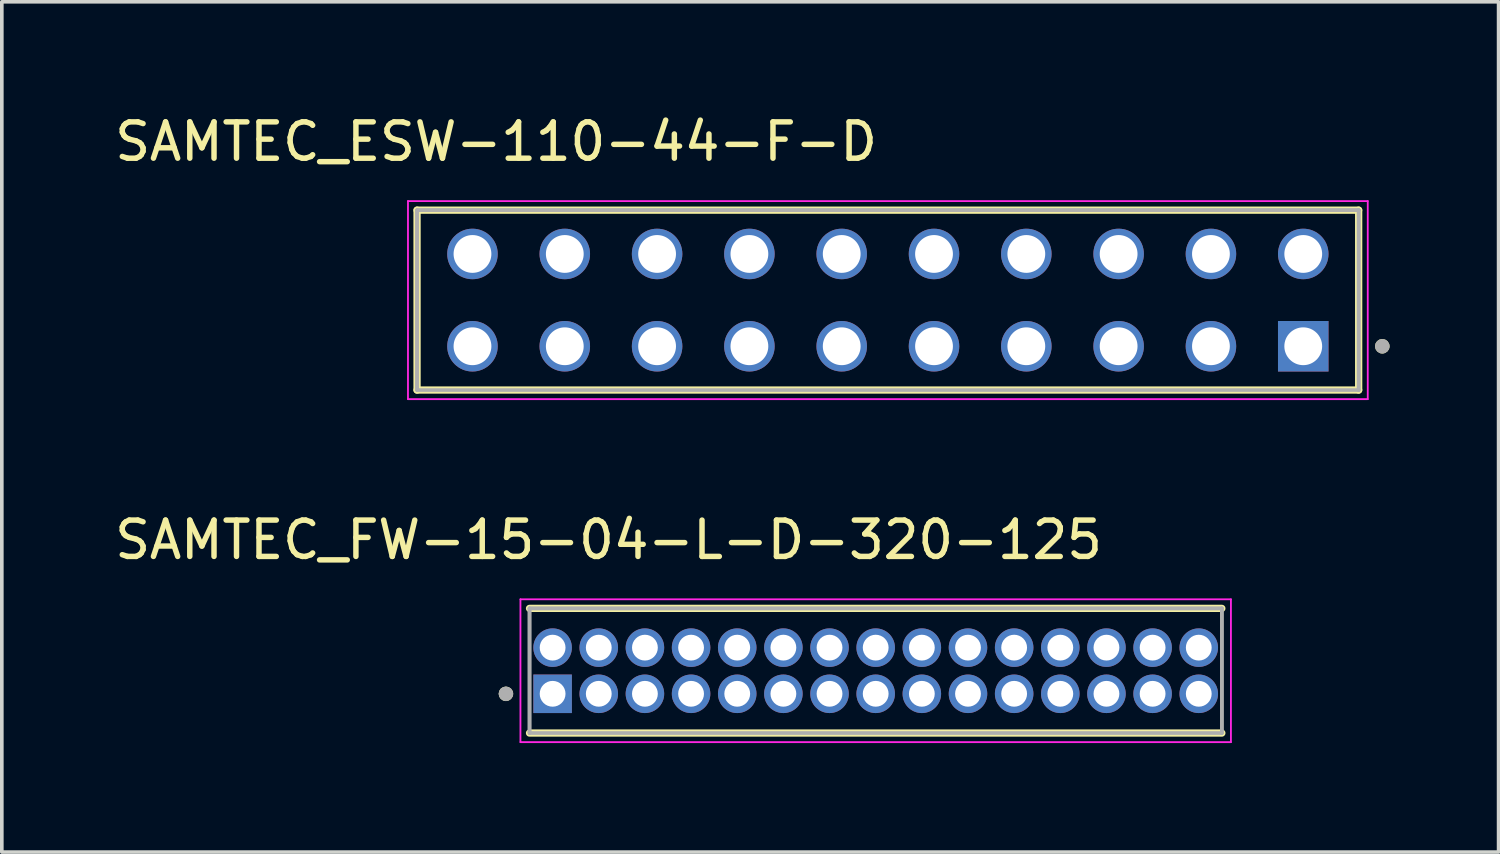
<source format=kicad_pcb>
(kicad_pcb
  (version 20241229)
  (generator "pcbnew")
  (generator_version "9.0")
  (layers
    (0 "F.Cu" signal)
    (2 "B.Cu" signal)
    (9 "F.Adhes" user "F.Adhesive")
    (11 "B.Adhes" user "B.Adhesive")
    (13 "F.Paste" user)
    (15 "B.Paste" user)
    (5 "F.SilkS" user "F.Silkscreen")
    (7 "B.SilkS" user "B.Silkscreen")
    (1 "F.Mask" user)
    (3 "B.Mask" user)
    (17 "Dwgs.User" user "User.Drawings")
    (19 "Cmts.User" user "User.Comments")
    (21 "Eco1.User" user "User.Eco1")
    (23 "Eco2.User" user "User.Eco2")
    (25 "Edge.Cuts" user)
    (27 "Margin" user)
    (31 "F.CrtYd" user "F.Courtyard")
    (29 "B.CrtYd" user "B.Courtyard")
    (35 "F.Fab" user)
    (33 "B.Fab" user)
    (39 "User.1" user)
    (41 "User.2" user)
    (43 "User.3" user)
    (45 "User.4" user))
  (footprint "SAMTEC_ESW-110-44-F-D"
    (layer "F.Cu")
    (at 21.381 5.208)
    (property "Reference" "SAMTEC_ESW-110-44-F-D" (at -10.78 -4.36 0) (layer "F.SilkS") (effects (font (size 1 1) (thickness 0.15))))
    (attr through_hole)
    (fp_line (start -12.955 2.475) (end -12.955 -2.475) (stroke (width 0.2) (type solid)) (layer "F.SilkS"))
    (fp_line (start 12.955 -2.475) (end -12.955 -2.475) (stroke (width 0.2) (type solid)) (layer "F.SilkS"))
    (fp_line (start 12.955 -2.475) (end 12.955 2.475) (stroke (width 0.2) (type solid)) (layer "F.SilkS"))
    (fp_line (start 12.955 2.475) (end -12.955 2.475) (stroke (width 0.2) (type solid)) (layer "F.SilkS"))
    (fp_circle (center 13.605 1.27) (end 13.705 1.27) (stroke (width 0.2) (type solid)) (fill no) (layer "F.SilkS"))
    (fp_line (start -13.205 -2.725) (end 13.205 -2.725) (stroke (width 0.05) (type solid)) (layer "F.CrtYd"))
    (fp_line (start -13.205 2.725) (end -13.205 -2.725) (stroke (width 0.05) (type solid)) (layer "F.CrtYd"))
    (fp_line (start 13.205 -2.725) (end 13.205 2.725) (stroke (width 0.05) (type solid)) (layer "F.CrtYd"))
    (fp_line (start 13.205 2.725) (end -13.205 2.725) (stroke (width 0.05) (type solid)) (layer "F.CrtYd"))
    (fp_line (start -12.955 -2.475) (end 12.955 -2.475) (stroke (width 0.1) (type solid)) (layer "F.Fab"))
    (fp_line (start -12.955 -2.475) (end 12.955 -2.475) (stroke (width 0.1) (type solid)) (layer "F.Fab"))
    (fp_line (start -12.955 2.475) (end -12.955 -2.475) (stroke (width 0.1) (type solid)) (layer "F.Fab"))
    (fp_line (start -12.955 2.475) (end -12.955 -2.475) (stroke (width 0.1) (type solid)) (layer "F.Fab"))
    (fp_line (start 12.955 -2.475) (end 12.955 2.475) (stroke (width 0.1) (type solid)) (layer "F.Fab"))
    (fp_line (start 12.955 -2.475) (end 12.955 2.475) (stroke (width 0.1) (type solid)) (layer "F.Fab"))
    (fp_line (start 12.955 2.475) (end -12.955 2.475) (stroke (width 0.1) (type solid)) (layer "F.Fab"))
    (fp_circle (center 13.605 1.27) (end 13.705 1.27) (stroke (width 0.2) (type solid)) (fill no) (layer "F.Fab"))
    (pad "1" thru_hole rect (at 11.43 1.27) (size 1.39 1.39) (drill 1.04) (layers "*.Cu" "*.Mask") (remove_unused_layers yes) (keep_end_layers yes) (zone_layer_connections))
    (pad "2" thru_hole circle (at 8.89 1.27) (size 1.39 1.39) (drill 1.04) (layers "*.Cu" "*.Mask") (remove_unused_layers yes) (keep_end_layers yes) (zone_layer_connections))
    (pad "3" thru_hole circle (at 6.35 1.27) (size 1.39 1.39) (drill 1.04) (layers "*.Cu" "*.Mask") (remove_unused_layers yes) (keep_end_layers yes) (zone_layer_connections))
    (pad "4" thru_hole circle (at 3.81 1.27) (size 1.39 1.39) (drill 1.04) (layers "*.Cu" "*.Mask") (remove_unused_layers yes) (keep_end_layers yes) (zone_layer_connections))
    (pad "5" thru_hole circle (at 1.27 1.27) (size 1.39 1.39) (drill 1.04) (layers "*.Cu" "*.Mask") (remove_unused_layers yes) (keep_end_layers yes) (zone_layer_connections))
    (pad "6" thru_hole circle (at -1.27 1.27) (size 1.39 1.39) (drill 1.04) (layers "*.Cu" "*.Mask") (remove_unused_layers yes) (keep_end_layers yes) (zone_layer_connections))
    (pad "7" thru_hole circle (at -3.81 1.27) (size 1.39 1.39) (drill 1.04) (layers "*.Cu" "*.Mask") (remove_unused_layers yes) (keep_end_layers yes) (zone_layer_connections))
    (pad "8" thru_hole circle (at -6.35 1.27) (size 1.39 1.39) (drill 1.04) (layers "*.Cu" "*.Mask") (remove_unused_layers yes) (keep_end_layers yes) (zone_layer_connections))
    (pad "9" thru_hole circle (at -8.89 1.27) (size 1.39 1.39) (drill 1.04) (layers "*.Cu" "*.Mask") (remove_unused_layers yes) (keep_end_layers yes) (zone_layer_connections))
    (pad "10" thru_hole circle (at -11.43 1.27) (size 1.39 1.39) (drill 1.04) (layers "*.Cu" "*.Mask") (remove_unused_layers yes) (keep_end_layers yes) (zone_layer_connections))
    (pad "11" thru_hole circle (at 11.43 -1.27) (size 1.39 1.39) (drill 1.04) (layers "*.Cu" "*.Mask") (remove_unused_layers yes) (keep_end_layers yes) (zone_layer_connections))
    (pad "12" thru_hole circle (at 8.89 -1.27) (size 1.39 1.39) (drill 1.04) (layers "*.Cu" "*.Mask") (remove_unused_layers yes) (keep_end_layers yes) (zone_layer_connections))
    (pad "13" thru_hole circle (at 6.35 -1.27) (size 1.39 1.39) (drill 1.04) (layers "*.Cu" "*.Mask") (remove_unused_layers yes) (keep_end_layers yes) (zone_layer_connections))
    (pad "14" thru_hole circle (at 3.81 -1.27) (size 1.39 1.39) (drill 1.04) (layers "*.Cu" "*.Mask") (remove_unused_layers yes) (keep_end_layers yes) (zone_layer_connections))
    (pad "15" thru_hole circle (at 1.27 -1.27) (size 1.39 1.39) (drill 1.04) (layers "*.Cu" "*.Mask") (remove_unused_layers yes) (keep_end_layers yes) (zone_layer_connections))
    (pad "16" thru_hole circle (at -1.27 -1.27) (size 1.39 1.39) (drill 1.04) (layers "*.Cu" "*.Mask") (remove_unused_layers yes) (keep_end_layers yes) (zone_layer_connections))
    (pad "17" thru_hole circle (at -3.81 -1.27) (size 1.39 1.39) (drill 1.04) (layers "*.Cu" "*.Mask") (remove_unused_layers yes) (keep_end_layers yes) (zone_layer_connections))
    (pad "18" thru_hole circle (at -6.35 -1.27) (size 1.39 1.39) (drill 1.04) (layers "*.Cu" "*.Mask") (remove_unused_layers yes) (keep_end_layers yes) (zone_layer_connections))
    (pad "19" thru_hole circle (at -8.89 -1.27) (size 1.39 1.39) (drill 1.04) (layers "*.Cu" "*.Mask") (remove_unused_layers yes) (keep_end_layers yes) (zone_layer_connections))
    (pad "20" thru_hole circle (at -11.43 -1.27) (size 1.39 1.39) (drill 1.04) (layers "*.Cu" "*.Mask") (remove_unused_layers yes) (keep_end_layers yes) (zone_layer_connections)))
  (footprint "SAMTEC_FW-15-04-L-D-320-125"
    (layer "F.Cu")
    (at 21.046 15.406)
    (property "Reference" "SAMTEC_FW-15-04-L-D-320-125" (at -7.35 -3.6 0) (layer "F.SilkS") (effects (font (size 1 1) (thickness 0.15))))
    (attr through_hole)
    (fp_line (start 9.525 -1.715) (end -9.525 -1.715) (stroke (width 0.2) (type solid)) (layer "F.SilkS"))
    (fp_line (start 9.525 1.715) (end -9.525 1.715) (stroke (width 0.2) (type solid)) (layer "F.SilkS"))
    (fp_circle (center -10.175 0.635) (end -10.075 0.635) (stroke (width 0.2) (type solid)) (fill no) (layer "F.SilkS"))
    (fp_line (start -9.775 -1.965) (end 9.775 -1.965) (stroke (width 0.05) (type solid)) (layer "F.CrtYd"))
    (fp_line (start -9.775 1.965) (end -9.775 -1.965) (stroke (width 0.05) (type solid)) (layer "F.CrtYd"))
    (fp_line (start 9.775 -1.965) (end 9.775 1.965) (stroke (width 0.05) (type solid)) (layer "F.CrtYd"))
    (fp_line (start 9.775 1.965) (end -9.775 1.965) (stroke (width 0.05) (type solid)) (layer "F.CrtYd"))
    (fp_line (start -9.525 -1.715) (end 9.525 -1.715) (stroke (width 0.1) (type solid)) (layer "F.Fab"))
    (fp_line (start -9.525 -1.715) (end 9.525 -1.715) (stroke (width 0.1) (type solid)) (layer "F.Fab"))
    (fp_line (start -9.525 1.715) (end -9.525 -1.715) (stroke (width 0.1) (type solid)) (layer "F.Fab"))
    (fp_line (start -9.525 1.715) (end -9.525 -1.715) (stroke (width 0.1) (type solid)) (layer "F.Fab"))
    (fp_line (start 9.525 -1.715) (end 9.525 1.715) (stroke (width 0.1) (type solid)) (layer "F.Fab"))
    (fp_line (start 9.525 -1.715) (end 9.525 1.715) (stroke (width 0.1) (type solid)) (layer "F.Fab"))
    (fp_line (start 9.525 1.715) (end -9.525 1.715) (stroke (width 0.1) (type solid)) (layer "F.Fab"))
    (fp_circle (center -10.175 0.635) (end -10.075 0.635) (stroke (width 0.2) (type solid)) (fill no) (layer "F.Fab"))
    (pad "01" thru_hole rect (at -8.89 0.635) (size 1.06 1.06) (drill 0.71) (layers "*.Cu" "*.Mask"))
    (pad "02" thru_hole circle (at -8.89 -0.635) (size 1.06 1.06) (drill 0.71) (layers "*.Cu" "*.Mask"))
    (pad "03" thru_hole circle (at -7.62 0.635) (size 1.06 1.06) (drill 0.71) (layers "*.Cu" "*.Mask"))
    (pad "04" thru_hole circle (at -7.62 -0.635) (size 1.06 1.06) (drill 0.71) (layers "*.Cu" "*.Mask"))
    (pad "05" thru_hole circle (at -6.35 0.635) (size 1.06 1.06) (drill 0.71) (layers "*.Cu" "*.Mask"))
    (pad "06" thru_hole circle (at -6.35 -0.635) (size 1.06 1.06) (drill 0.71) (layers "*.Cu" "*.Mask"))
    (pad "07" thru_hole circle (at -5.08 0.635) (size 1.06 1.06) (drill 0.71) (layers "*.Cu" "*.Mask"))
    (pad "08" thru_hole circle (at -5.08 -0.635) (size 1.06 1.06) (drill 0.71) (layers "*.Cu" "*.Mask"))
    (pad "09" thru_hole circle (at -3.81 0.635) (size 1.06 1.06) (drill 0.71) (layers "*.Cu" "*.Mask"))
    (pad "10" thru_hole circle (at -3.81 -0.635) (size 1.06 1.06) (drill 0.71) (layers "*.Cu" "*.Mask"))
    (pad "11" thru_hole circle (at -2.54 0.635) (size 1.06 1.06) (drill 0.71) (layers "*.Cu" "*.Mask"))
    (pad "12" thru_hole circle (at -2.54 -0.635) (size 1.06 1.06) (drill 0.71) (layers "*.Cu" "*.Mask"))
    (pad "13" thru_hole circle (at -1.27 0.635) (size 1.06 1.06) (drill 0.71) (layers "*.Cu" "*.Mask"))
    (pad "14" thru_hole circle (at -1.27 -0.635) (size 1.06 1.06) (drill 0.71) (layers "*.Cu" "*.Mask"))
    (pad "15" thru_hole circle (at 0 0.635) (size 1.06 1.06) (drill 0.71) (layers "*.Cu" "*.Mask"))
    (pad "16" thru_hole circle (at 0 -0.635) (size 1.06 1.06) (drill 0.71) (layers "*.Cu" "*.Mask"))
    (pad "17" thru_hole circle (at 1.27 0.635) (size 1.06 1.06) (drill 0.71) (layers "*.Cu" "*.Mask"))
    (pad "18" thru_hole circle (at 1.27 -0.635) (size 1.06 1.06) (drill 0.71) (layers "*.Cu" "*.Mask"))
    (pad "19" thru_hole circle (at 2.54 0.635) (size 1.06 1.06) (drill 0.71) (layers "*.Cu" "*.Mask"))
    (pad "20" thru_hole circle (at 2.54 -0.635) (size 1.06 1.06) (drill 0.71) (layers "*.Cu" "*.Mask"))
    (pad "21" thru_hole circle (at 3.81 0.635) (size 1.06 1.06) (drill 0.71) (layers "*.Cu" "*.Mask"))
    (pad "22" thru_hole circle (at 3.81 -0.635) (size 1.06 1.06) (drill 0.71) (layers "*.Cu" "*.Mask"))
    (pad "23" thru_hole circle (at 5.08 0.635) (size 1.06 1.06) (drill 0.71) (layers "*.Cu" "*.Mask"))
    (pad "24" thru_hole circle (at 5.08 -0.635) (size 1.06 1.06) (drill 0.71) (layers "*.Cu" "*.Mask"))
    (pad "25" thru_hole circle (at 6.35 0.635) (size 1.06 1.06) (drill 0.71) (layers "*.Cu" "*.Mask"))
    (pad "26" thru_hole circle (at 6.35 -0.635) (size 1.06 1.06) (drill 0.71) (layers "*.Cu" "*.Mask"))
    (pad "27" thru_hole circle (at 7.62 0.635) (size 1.06 1.06) (drill 0.71) (layers "*.Cu" "*.Mask"))
    (pad "28" thru_hole circle (at 7.62 -0.635) (size 1.06 1.06) (drill 0.71) (layers "*.Cu" "*.Mask"))
    (pad "29" thru_hole circle (at 8.89 0.635) (size 1.06 1.06) (drill 0.71) (layers "*.Cu" "*.Mask"))
    (pad "30" thru_hole circle (at 8.89 -0.635) (size 1.06 1.06) (drill 0.71) (layers "*.Cu" "*.Mask")))
  (gr_rect
    (start -3 -3)
    (end 38.186 20.396)
    (stroke (width 0.1) (type default))
    (fill no)
    (layer "Edge.Cuts")))
</source>
